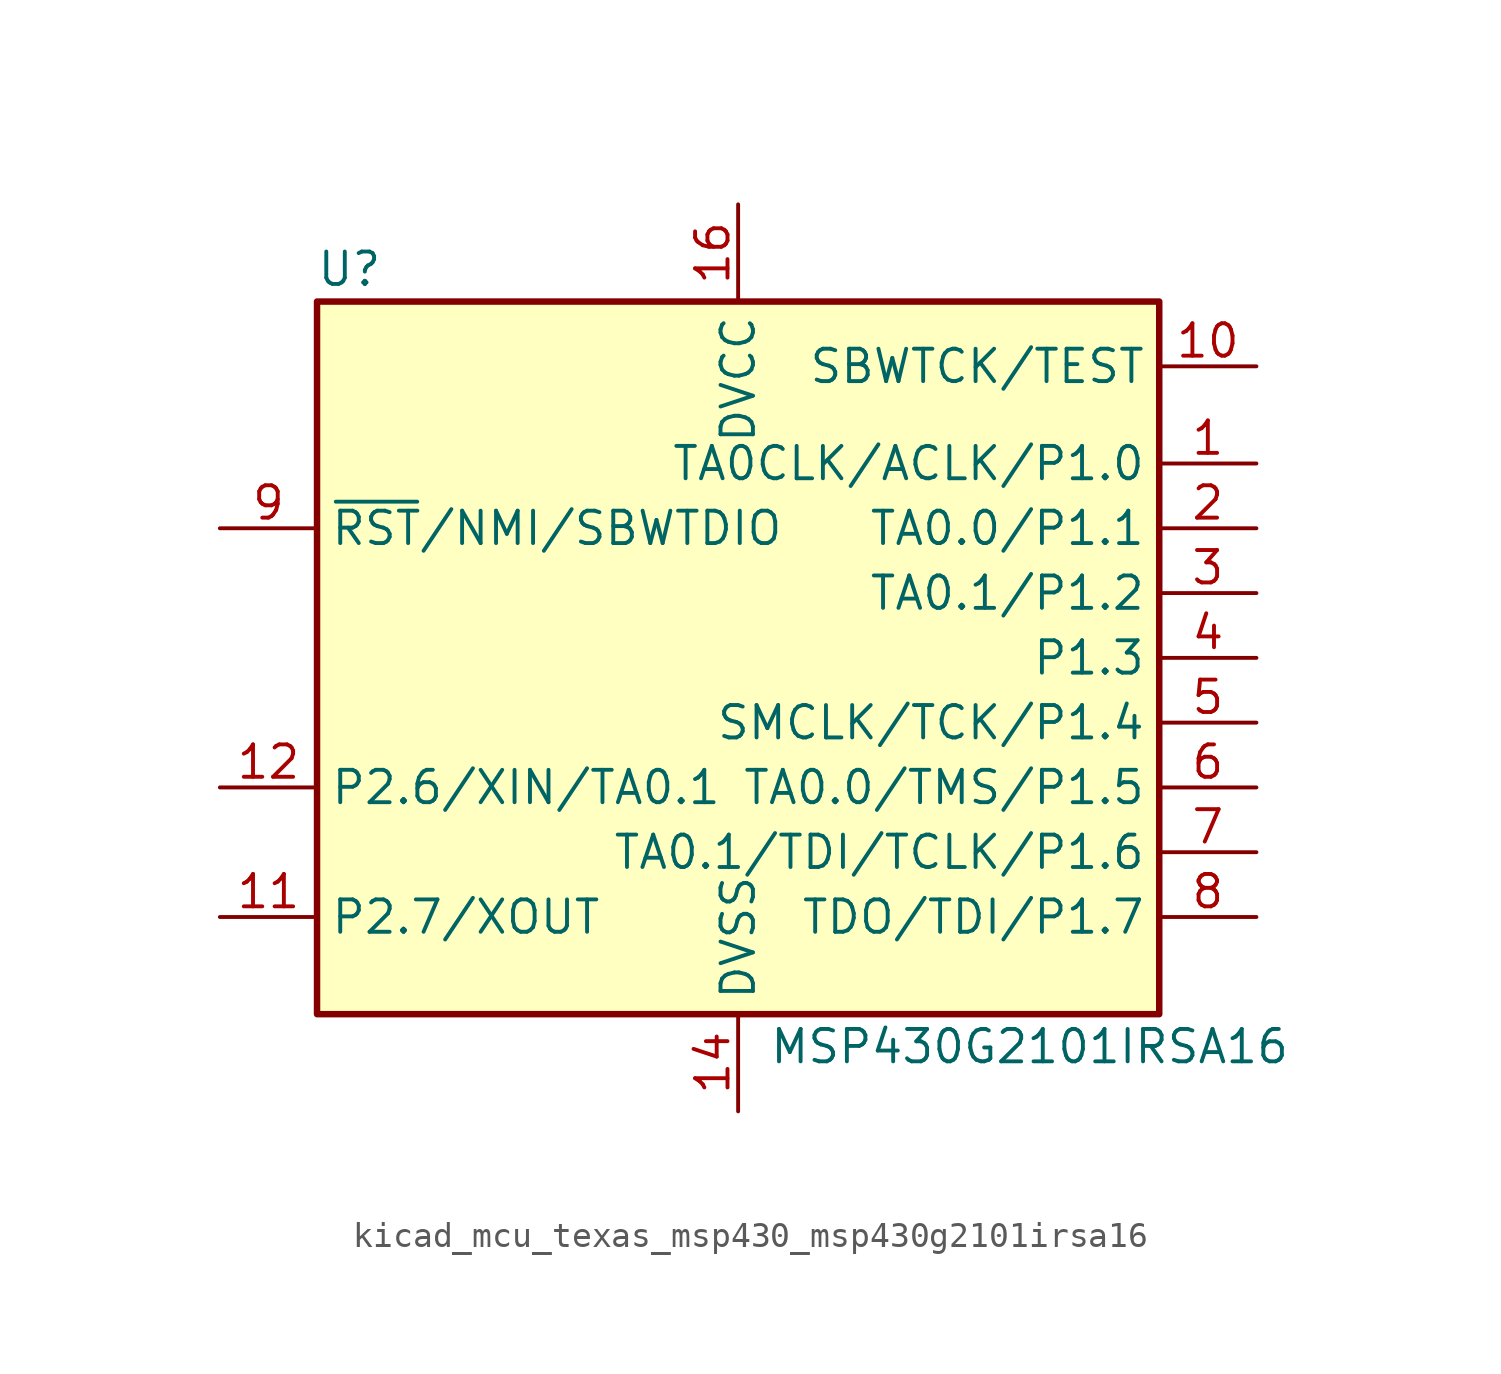
<source format=kicad_sym>
(kicad_symbol_lib
  (version 20220914)
  (generator kicad_symbol_editor)
  (symbol "kicad_mcu_texas_msp430_msp430g2101irsa16"
    (property "Reference" "U"
      (at -15.24 15.24 0)
      (effects (font (size 1.27 1.27))))
    (property "Value" "MSP430G2101IRSA16"
      (at 11.43 -15.24 0)
      (effects (font (size 1.27 1.27))))
    (symbol "kicad_mcu_texas_msp430_msp430g2101irsa16_0_1"
      (rectangle (start -16.51 13.97) (end 16.51 -13.97) (stroke (width 0.254) (type default)) (fill (type background))))
    (symbol "kicad_mcu_texas_msp430_msp430g2101irsa16_1_1"
      (pin bidirectional line (at 20.32 7.62 180) (length 3.81) (name "TA0CLK/ACLK/P1.0" (effects (font (size 1.27 1.27)))) (number "1" (effects (font (size 1.27 1.27)))))
      (pin input line (at 20.32 11.43 180) (length 3.81) (name "SBWTCK/TEST" (effects (font (size 1.27 1.27)))) (number "10" (effects (font (size 1.27 1.27)))))
      (pin bidirectional line (at -20.32 -10.16 0) (length 3.81) (name "P2.7/XOUT" (effects (font (size 1.27 1.27)))) (number "11" (effects (font (size 1.27 1.27)))))
      (pin bidirectional line (at -20.32 -5.08 0) (length 3.81) (name "P2.6/XIN/TA0.1" (effects (font (size 1.27 1.27)))) (number "12" (effects (font (size 1.27 1.27)))))
      (pin power_in line (at 0 -17.78 90) (length 3.81) (name "DVSS" (effects (font (size 1.27 1.27)))) (number "14" (effects (font (size 1.27 1.27)))))
      (pin power_in line (at 0 17.78 270) (length 3.81) (name "DVCC" (effects (font (size 1.27 1.27)))) (number "16" (effects (font (size 1.27 1.27)))))
      (pin bidirectional line (at 20.32 5.08 180) (length 3.81) (name "TA0.0/P1.1" (effects (font (size 1.27 1.27)))) (number "2" (effects (font (size 1.27 1.27)))))
      (pin bidirectional line (at 20.32 2.54 180) (length 3.81) (name "TA0.1/P1.2" (effects (font (size 1.27 1.27)))) (number "3" (effects (font (size 1.27 1.27)))))
      (pin bidirectional line (at 20.32 0 180) (length 3.81) (name "P1.3" (effects (font (size 1.27 1.27)))) (number "4" (effects (font (size 1.27 1.27)))))
      (pin bidirectional line (at 20.32 -2.54 180) (length 3.81) (name "SMCLK/TCK/P1.4" (effects (font (size 1.27 1.27)))) (number "5" (effects (font (size 1.27 1.27)))))
      (pin bidirectional line (at 20.32 -5.08 180) (length 3.81) (name "TA0.0/TMS/P1.5" (effects (font (size 1.27 1.27)))) (number "6" (effects (font (size 1.27 1.27)))))
      (pin bidirectional line (at 20.32 -7.62 180) (length 3.81) (name "TA0.1/TDI/TCLK/P1.6" (effects (font (size 1.27 1.27)))) (number "7" (effects (font (size 1.27 1.27)))))
      (pin bidirectional line (at 20.32 -10.16 180) (length 3.81) (name "TDO/TDI/P1.7" (effects (font (size 1.27 1.27)))) (number "8" (effects (font (size 1.27 1.27)))))
      (pin input line (at -20.32 5.08 0) (length 3.81) (name "~{RST}/NMI/SBWTDIO" (effects (font (size 1.27 1.27)))) (number "9" (effects (font (size 1.27 1.27))))))))
</source>
